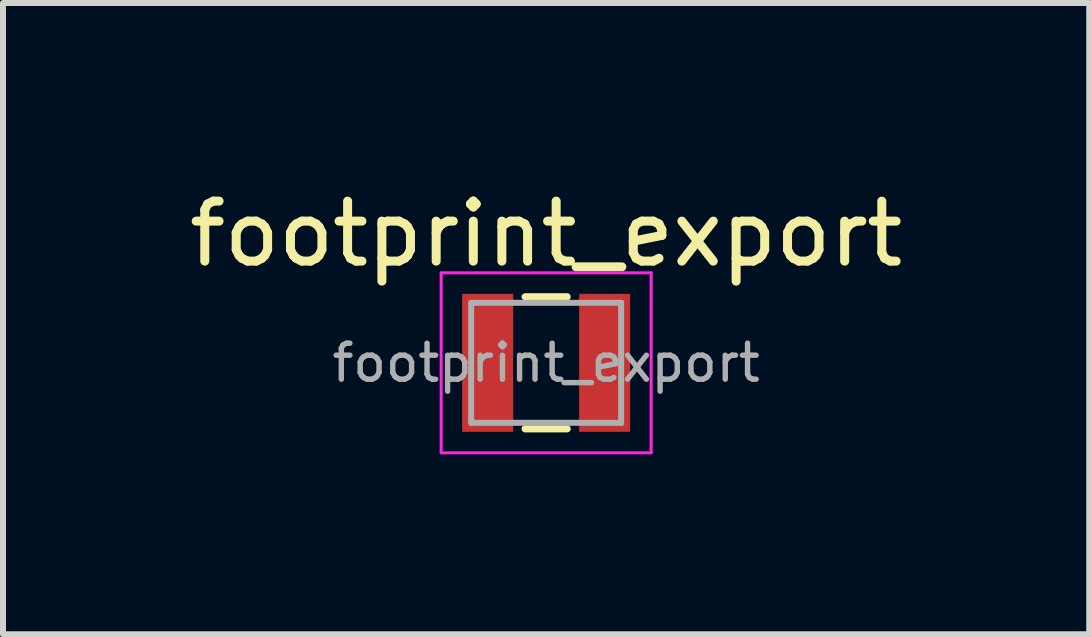
<source format=kicad_pcb>
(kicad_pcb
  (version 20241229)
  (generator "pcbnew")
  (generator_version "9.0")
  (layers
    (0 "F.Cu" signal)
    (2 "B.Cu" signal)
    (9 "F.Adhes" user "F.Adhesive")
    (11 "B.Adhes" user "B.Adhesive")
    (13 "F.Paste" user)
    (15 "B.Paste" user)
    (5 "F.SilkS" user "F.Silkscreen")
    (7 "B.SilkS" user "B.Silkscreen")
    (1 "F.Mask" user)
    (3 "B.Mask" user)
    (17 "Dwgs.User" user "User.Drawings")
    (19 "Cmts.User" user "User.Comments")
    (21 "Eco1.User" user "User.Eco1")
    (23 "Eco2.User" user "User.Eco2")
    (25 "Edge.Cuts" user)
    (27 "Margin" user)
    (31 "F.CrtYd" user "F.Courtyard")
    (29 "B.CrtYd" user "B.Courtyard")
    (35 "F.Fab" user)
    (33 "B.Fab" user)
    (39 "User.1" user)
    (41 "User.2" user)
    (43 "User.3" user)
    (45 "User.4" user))
  (footprint "footprint_export"
    (layer "F.Cu")
    (at 6.054 2.998)
    (property "Reference" "footprint_export" (at 0 -2.15 0) (layer "F.SilkS") (effects (font (size 1 1) (thickness 0.15))))
    (attr smd)
    (fp_line (start -0.35 -1.1) (end 0.35 -1.1) (stroke (width 0.12) (type solid)) (layer "F.SilkS"))
    (fp_line (start -0.35 1.1) (end 0.35 1.1) (stroke (width 0.12) (type solid)) (layer "F.SilkS"))
    (fp_line (start -1.75 -1.5) (end -1.75 1.5) (stroke (width 0.05) (type solid)) (layer "F.CrtYd"))
    (fp_line (start -1.75 1.5) (end 1.75 1.5) (stroke (width 0.05) (type solid)) (layer "F.CrtYd"))
    (fp_line (start 1.75 -1.5) (end -1.75 -1.5) (stroke (width 0.05) (type solid)) (layer "F.CrtYd"))
    (fp_line (start 1.75 1.5) (end 1.75 -1.5) (stroke (width 0.05) (type solid)) (layer "F.CrtYd"))
    (fp_line (start -1.25 -1) (end -1.25 1) (stroke (width 0.1) (type solid)) (layer "F.Fab"))
    (fp_line (start -1.25 1) (end 1.25 1) (stroke (width 0.1) (type solid)) (layer "F.Fab"))
    (fp_line (start 1.25 -1) (end -1.25 -1) (stroke (width 0.1) (type solid)) (layer "F.Fab"))
    (fp_line (start 1.25 1) (end 1.25 -1) (stroke (width 0.1) (type solid)) (layer "F.Fab"))
    (fp_text user "${REFERENCE}" (at 0 0 0) (layer "F.Fab") (effects (font (size 0.6 0.6) (thickness 0.09))))
    (pad "1" smd rect (at -0.975 0) (size 0.85 2.3) (layers "F.Cu" "F.Mask" "F.Paste"))
    (pad "2" smd rect (at 0.975 0) (size 0.85 2.3) (layers "F.Cu" "F.Mask" "F.Paste")))
  (gr_rect
    (start -3 -3)
    (end 15.107 7.523)
    (stroke (width 0.1) (type default))
    (fill no)
    (layer "Edge.Cuts")))
</source>
